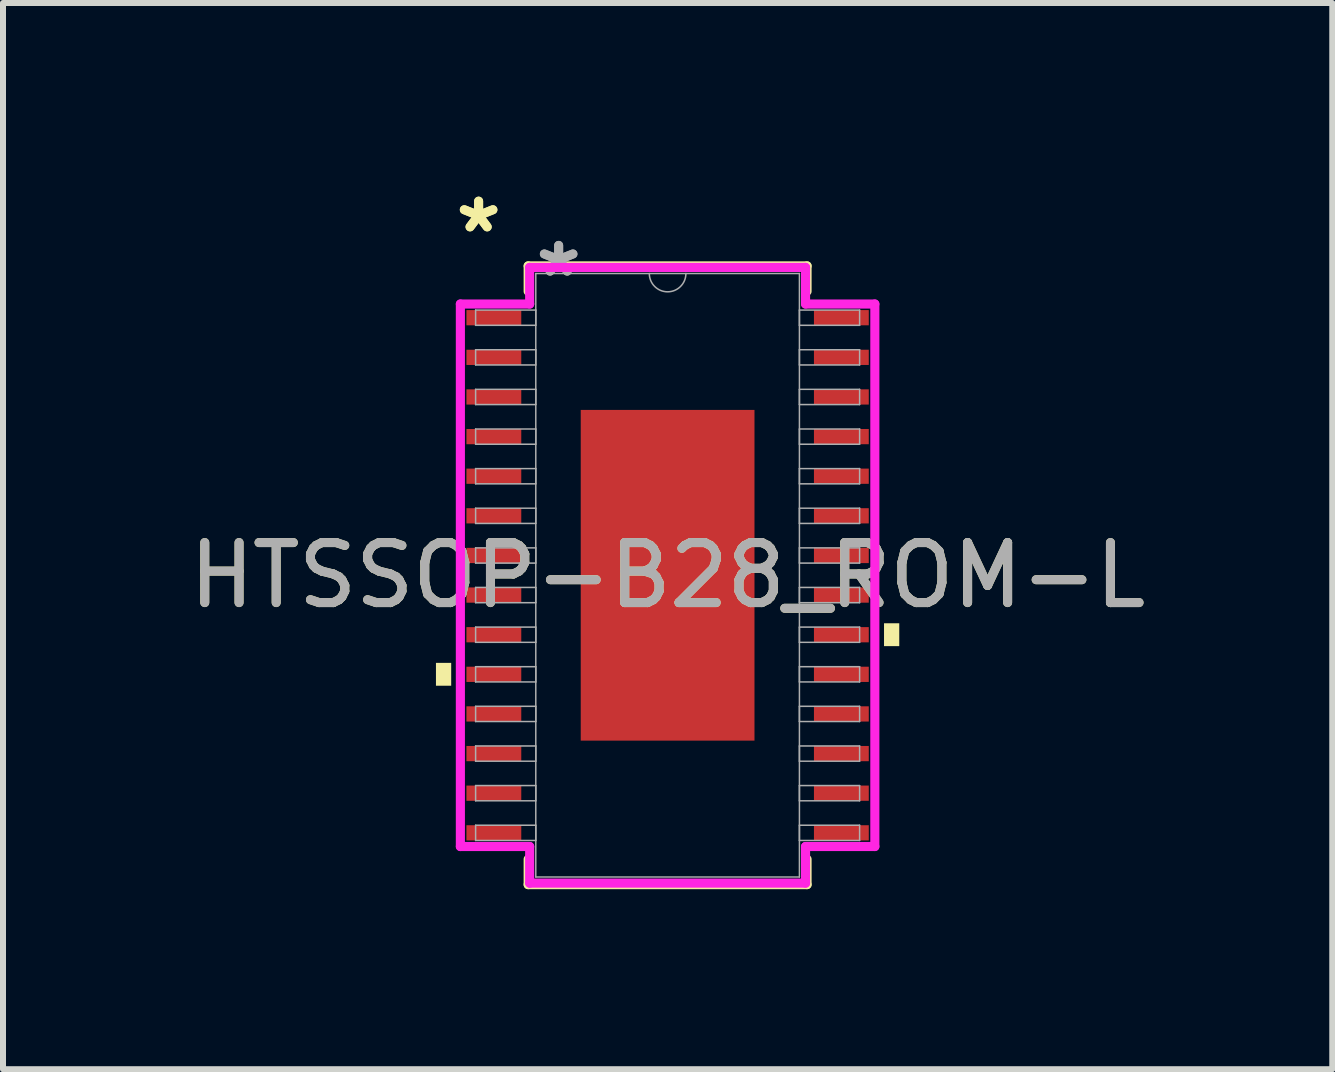
<source format=kicad_pcb>
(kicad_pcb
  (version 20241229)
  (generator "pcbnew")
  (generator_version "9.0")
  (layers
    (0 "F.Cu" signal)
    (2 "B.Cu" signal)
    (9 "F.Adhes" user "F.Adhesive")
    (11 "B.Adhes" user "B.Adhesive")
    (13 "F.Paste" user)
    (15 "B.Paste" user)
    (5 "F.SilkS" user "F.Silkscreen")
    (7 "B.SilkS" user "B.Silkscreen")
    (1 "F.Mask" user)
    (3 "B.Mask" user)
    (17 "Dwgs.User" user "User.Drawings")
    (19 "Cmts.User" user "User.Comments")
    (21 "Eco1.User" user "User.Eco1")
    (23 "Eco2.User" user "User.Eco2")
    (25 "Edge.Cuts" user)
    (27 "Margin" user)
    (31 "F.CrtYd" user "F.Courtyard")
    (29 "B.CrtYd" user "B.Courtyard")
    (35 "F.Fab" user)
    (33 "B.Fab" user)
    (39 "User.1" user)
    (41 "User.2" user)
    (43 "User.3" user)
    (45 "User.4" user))
  (footprint "HTSSOP-B28_ROM-L"
    (layer "F.Cu")
    (at 8.077 6.538)
    (property "Reference" "HTSSOP-B28_ROM-L" (at 0 0 0) (unlocked yes) (layer "F.SilkS") (effects (font (size 1 1) (thickness 0.15))))
    (attr smd)
    (fp_line (start -2.324 -5.156) (end -2.324 -4.732) (stroke (width 0.152) (type solid)) (layer "F.SilkS"))
    (fp_line (start -2.324 4.732) (end -2.324 5.156) (stroke (width 0.152) (type solid)) (layer "F.SilkS"))
    (fp_line (start -2.324 5.156) (end 2.324 5.156) (stroke (width 0.152) (type solid)) (layer "F.SilkS"))
    (fp_line (start 2.324 -5.156) (end -2.324 -5.156) (stroke (width 0.152) (type solid)) (layer "F.SilkS"))
    (fp_line (start 2.324 -4.732) (end 2.324 -5.156) (stroke (width 0.152) (type solid)) (layer "F.SilkS"))
    (fp_line (start 2.324 5.156) (end 2.324 4.732) (stroke (width 0.152) (type solid)) (layer "F.SilkS"))
    (fp_poly (pts (xy -3.861 1.46) (xy -3.861 1.841) (xy -3.607 1.841) (xy -3.607 1.46)) (stroke (width 0) (type solid)) (fill yes) (layer "F.SilkS"))
    (fp_poly (pts (xy 3.861 0.8) (xy 3.861 1.181) (xy 3.607 1.181) (xy 3.607 0.8)) (stroke (width 0) (type solid)) (fill yes) (layer "F.SilkS"))
    (fp_poly (pts (xy -1.348 -2.656) (xy -1.348 -1.478) (xy -0.1 -1.478) (xy -0.1 -2.656)) (stroke (width 0) (type solid)) (fill yes) (layer "F.Paste"))
    (fp_poly (pts (xy -1.348 -1.278) (xy -1.348 -0.1) (xy -0.1 -0.1) (xy -0.1 -1.278)) (stroke (width 0) (type solid)) (fill yes) (layer "F.Paste"))
    (fp_poly (pts (xy -1.348 0.1) (xy -1.348 1.278) (xy -0.1 1.278) (xy -0.1 0.1)) (stroke (width 0) (type solid)) (fill yes) (layer "F.Paste"))
    (fp_poly (pts (xy -1.348 1.478) (xy -1.348 2.656) (xy -0.1 2.656) (xy -0.1 1.478)) (stroke (width 0) (type solid)) (fill yes) (layer "F.Paste"))
    (fp_poly (pts (xy 0.1 -2.656) (xy 0.1 -1.478) (xy 1.348 -1.478) (xy 1.348 -2.656)) (stroke (width 0) (type solid)) (fill yes) (layer "F.Paste"))
    (fp_poly (pts (xy 0.1 -1.278) (xy 0.1 -0.1) (xy 1.348 -0.1) (xy 1.348 -1.278)) (stroke (width 0) (type solid)) (fill yes) (layer "F.Paste"))
    (fp_poly (pts (xy 0.1 0.1) (xy 0.1 1.278) (xy 1.348 1.278) (xy 1.348 0.1)) (stroke (width 0) (type solid)) (fill yes) (layer "F.Paste"))
    (fp_poly (pts (xy 0.1 1.478) (xy 0.1 2.656) (xy 1.348 2.656) (xy 1.348 1.478)) (stroke (width 0) (type solid)) (fill yes) (layer "F.Paste"))
    (fp_line (start -3.454 -4.521) (end -2.299 -4.521) (stroke (width 0.152) (type solid)) (layer "F.CrtYd"))
    (fp_line (start -3.454 4.521) (end -3.454 -4.521) (stroke (width 0.152) (type solid)) (layer "F.CrtYd"))
    (fp_line (start -3.454 4.521) (end -2.299 4.521) (stroke (width 0.152) (type solid)) (layer "F.CrtYd"))
    (fp_line (start -2.299 -5.131) (end 2.299 -5.131) (stroke (width 0.152) (type solid)) (layer "F.CrtYd"))
    (fp_line (start -2.299 -4.521) (end -2.299 -5.131) (stroke (width 0.152) (type solid)) (layer "F.CrtYd"))
    (fp_line (start -2.299 5.131) (end -2.299 4.521) (stroke (width 0.152) (type solid)) (layer "F.CrtYd"))
    (fp_line (start 2.299 -5.131) (end 2.299 -4.521) (stroke (width 0.152) (type solid)) (layer "F.CrtYd"))
    (fp_line (start 2.299 4.521) (end 2.299 5.131) (stroke (width 0.152) (type solid)) (layer "F.CrtYd"))
    (fp_line (start 2.299 5.131) (end -2.299 5.131) (stroke (width 0.152) (type solid)) (layer "F.CrtYd"))
    (fp_line (start 3.454 -4.521) (end 2.299 -4.521) (stroke (width 0.152) (type solid)) (layer "F.CrtYd"))
    (fp_line (start 3.454 -4.521) (end 3.454 4.521) (stroke (width 0.152) (type solid)) (layer "F.CrtYd"))
    (fp_line (start 3.454 4.521) (end 2.299 4.521) (stroke (width 0.152) (type solid)) (layer "F.CrtYd"))
    (fp_line (start -3.2 -4.42) (end -3.2 -4.166) (stroke (width 0.025) (type solid)) (layer "F.Fab"))
    (fp_line (start -3.2 -4.166) (end -2.197 -4.166) (stroke (width 0.025) (type solid)) (layer "F.Fab"))
    (fp_line (start -3.2 -3.759) (end -3.2 -3.505) (stroke (width 0.025) (type solid)) (layer "F.Fab"))
    (fp_line (start -3.2 -3.505) (end -2.197 -3.505) (stroke (width 0.025) (type solid)) (layer "F.Fab"))
    (fp_line (start -3.2 -3.099) (end -3.2 -2.845) (stroke (width 0.025) (type solid)) (layer "F.Fab"))
    (fp_line (start -3.2 -2.845) (end -2.197 -2.845) (stroke (width 0.025) (type solid)) (layer "F.Fab"))
    (fp_line (start -3.2 -2.438) (end -3.2 -2.184) (stroke (width 0.025) (type solid)) (layer "F.Fab"))
    (fp_line (start -3.2 -2.184) (end -2.197 -2.184) (stroke (width 0.025) (type solid)) (layer "F.Fab"))
    (fp_line (start -3.2 -1.778) (end -3.2 -1.524) (stroke (width 0.025) (type solid)) (layer "F.Fab"))
    (fp_line (start -3.2 -1.524) (end -2.197 -1.524) (stroke (width 0.025) (type solid)) (layer "F.Fab"))
    (fp_line (start -3.2 -1.118) (end -3.2 -0.864) (stroke (width 0.025) (type solid)) (layer "F.Fab"))
    (fp_line (start -3.2 -0.864) (end -2.197 -0.864) (stroke (width 0.025) (type solid)) (layer "F.Fab"))
    (fp_line (start -3.2 -0.457) (end -3.2 -0.203) (stroke (width 0.025) (type solid)) (layer "F.Fab"))
    (fp_line (start -3.2 -0.203) (end -2.197 -0.203) (stroke (width 0.025) (type solid)) (layer "F.Fab"))
    (fp_line (start -3.2 0.203) (end -3.2 0.457) (stroke (width 0.025) (type solid)) (layer "F.Fab"))
    (fp_line (start -3.2 0.457) (end -2.197 0.457) (stroke (width 0.025) (type solid)) (layer "F.Fab"))
    (fp_line (start -3.2 0.864) (end -3.2 1.118) (stroke (width 0.025) (type solid)) (layer "F.Fab"))
    (fp_line (start -3.2 1.118) (end -2.197 1.118) (stroke (width 0.025) (type solid)) (layer "F.Fab"))
    (fp_line (start -3.2 1.524) (end -3.2 1.778) (stroke (width 0.025) (type solid)) (layer "F.Fab"))
    (fp_line (start -3.2 1.778) (end -2.197 1.778) (stroke (width 0.025) (type solid)) (layer "F.Fab"))
    (fp_line (start -3.2 2.184) (end -3.2 2.438) (stroke (width 0.025) (type solid)) (layer "F.Fab"))
    (fp_line (start -3.2 2.438) (end -2.197 2.438) (stroke (width 0.025) (type solid)) (layer "F.Fab"))
    (fp_line (start -3.2 2.845) (end -3.2 3.099) (stroke (width 0.025) (type solid)) (layer "F.Fab"))
    (fp_line (start -3.2 3.099) (end -2.197 3.099) (stroke (width 0.025) (type solid)) (layer "F.Fab"))
    (fp_line (start -3.2 3.505) (end -3.2 3.759) (stroke (width 0.025) (type solid)) (layer "F.Fab"))
    (fp_line (start -3.2 3.759) (end -2.197 3.759) (stroke (width 0.025) (type solid)) (layer "F.Fab"))
    (fp_line (start -3.2 4.166) (end -3.2 4.42) (stroke (width 0.025) (type solid)) (layer "F.Fab"))
    (fp_line (start -3.2 4.42) (end -2.197 4.42) (stroke (width 0.025) (type solid)) (layer "F.Fab"))
    (fp_line (start -2.197 -5.029) (end -2.197 5.029) (stroke (width 0.025) (type solid)) (layer "F.Fab"))
    (fp_line (start -2.197 -4.42) (end -3.2 -4.42) (stroke (width 0.025) (type solid)) (layer "F.Fab"))
    (fp_line (start -2.197 -4.166) (end -2.197 -4.42) (stroke (width 0.025) (type solid)) (layer "F.Fab"))
    (fp_line (start -2.197 -3.759) (end -3.2 -3.759) (stroke (width 0.025) (type solid)) (layer "F.Fab"))
    (fp_line (start -2.197 -3.505) (end -2.197 -3.759) (stroke (width 0.025) (type solid)) (layer "F.Fab"))
    (fp_line (start -2.197 -3.099) (end -3.2 -3.099) (stroke (width 0.025) (type solid)) (layer "F.Fab"))
    (fp_line (start -2.197 -2.845) (end -2.197 -3.099) (stroke (width 0.025) (type solid)) (layer "F.Fab"))
    (fp_line (start -2.197 -2.438) (end -3.2 -2.438) (stroke (width 0.025) (type solid)) (layer "F.Fab"))
    (fp_line (start -2.197 -2.184) (end -2.197 -2.438) (stroke (width 0.025) (type solid)) (layer "F.Fab"))
    (fp_line (start -2.197 -1.778) (end -3.2 -1.778) (stroke (width 0.025) (type solid)) (layer "F.Fab"))
    (fp_line (start -2.197 -1.524) (end -2.197 -1.778) (stroke (width 0.025) (type solid)) (layer "F.Fab"))
    (fp_line (start -2.197 -1.118) (end -3.2 -1.118) (stroke (width 0.025) (type solid)) (layer "F.Fab"))
    (fp_line (start -2.197 -0.864) (end -2.197 -1.118) (stroke (width 0.025) (type solid)) (layer "F.Fab"))
    (fp_line (start -2.197 -0.457) (end -3.2 -0.457) (stroke (width 0.025) (type solid)) (layer "F.Fab"))
    (fp_line (start -2.197 -0.203) (end -2.197 -0.457) (stroke (width 0.025) (type solid)) (layer "F.Fab"))
    (fp_line (start -2.197 0.203) (end -3.2 0.203) (stroke (width 0.025) (type solid)) (layer "F.Fab"))
    (fp_line (start -2.197 0.457) (end -2.197 0.203) (stroke (width 0.025) (type solid)) (layer "F.Fab"))
    (fp_line (start -2.197 0.864) (end -3.2 0.864) (stroke (width 0.025) (type solid)) (layer "F.Fab"))
    (fp_line (start -2.197 1.118) (end -2.197 0.864) (stroke (width 0.025) (type solid)) (layer "F.Fab"))
    (fp_line (start -2.197 1.524) (end -3.2 1.524) (stroke (width 0.025) (type solid)) (layer "F.Fab"))
    (fp_line (start -2.197 1.778) (end -2.197 1.524) (stroke (width 0.025) (type solid)) (layer "F.Fab"))
    (fp_line (start -2.197 2.184) (end -3.2 2.184) (stroke (width 0.025) (type solid)) (layer "F.Fab"))
    (fp_line (start -2.197 2.438) (end -2.197 2.184) (stroke (width 0.025) (type solid)) (layer "F.Fab"))
    (fp_line (start -2.197 2.845) (end -3.2 2.845) (stroke (width 0.025) (type solid)) (layer "F.Fab"))
    (fp_line (start -2.197 3.099) (end -2.197 2.845) (stroke (width 0.025) (type solid)) (layer "F.Fab"))
    (fp_line (start -2.197 3.505) (end -3.2 3.505) (stroke (width 0.025) (type solid)) (layer "F.Fab"))
    (fp_line (start -2.197 3.759) (end -2.197 3.505) (stroke (width 0.025) (type solid)) (layer "F.Fab"))
    (fp_line (start -2.197 4.166) (end -3.2 4.166) (stroke (width 0.025) (type solid)) (layer "F.Fab"))
    (fp_line (start -2.197 4.42) (end -2.197 4.166) (stroke (width 0.025) (type solid)) (layer "F.Fab"))
    (fp_line (start -2.197 5.029) (end 2.197 5.029) (stroke (width 0.025) (type solid)) (layer "F.Fab"))
    (fp_line (start 2.197 -5.029) (end -2.197 -5.029) (stroke (width 0.025) (type solid)) (layer "F.Fab"))
    (fp_line (start 2.197 -4.42) (end 2.197 -4.166) (stroke (width 0.025) (type solid)) (layer "F.Fab"))
    (fp_line (start 2.197 -4.166) (end 3.2 -4.166) (stroke (width 0.025) (type solid)) (layer "F.Fab"))
    (fp_line (start 2.197 -3.759) (end 2.197 -3.505) (stroke (width 0.025) (type solid)) (layer "F.Fab"))
    (fp_line (start 2.197 -3.505) (end 3.2 -3.505) (stroke (width 0.025) (type solid)) (layer "F.Fab"))
    (fp_line (start 2.197 -3.099) (end 2.197 -2.845) (stroke (width 0.025) (type solid)) (layer "F.Fab"))
    (fp_line (start 2.197 -2.845) (end 3.2 -2.845) (stroke (width 0.025) (type solid)) (layer "F.Fab"))
    (fp_line (start 2.197 -2.438) (end 2.197 -2.184) (stroke (width 0.025) (type solid)) (layer "F.Fab"))
    (fp_line (start 2.197 -2.184) (end 3.2 -2.184) (stroke (width 0.025) (type solid)) (layer "F.Fab"))
    (fp_line (start 2.197 -1.778) (end 2.197 -1.524) (stroke (width 0.025) (type solid)) (layer "F.Fab"))
    (fp_line (start 2.197 -1.524) (end 3.2 -1.524) (stroke (width 0.025) (type solid)) (layer "F.Fab"))
    (fp_line (start 2.197 -1.118) (end 2.197 -0.864) (stroke (width 0.025) (type solid)) (layer "F.Fab"))
    (fp_line (start 2.197 -0.864) (end 3.2 -0.864) (stroke (width 0.025) (type solid)) (layer "F.Fab"))
    (fp_line (start 2.197 -0.457) (end 2.197 -0.203) (stroke (width 0.025) (type solid)) (layer "F.Fab"))
    (fp_line (start 2.197 -0.203) (end 3.2 -0.203) (stroke (width 0.025) (type solid)) (layer "F.Fab"))
    (fp_line (start 2.197 0.203) (end 2.197 0.457) (stroke (width 0.025) (type solid)) (layer "F.Fab"))
    (fp_line (start 2.197 0.457) (end 3.2 0.457) (stroke (width 0.025) (type solid)) (layer "F.Fab"))
    (fp_line (start 2.197 0.864) (end 2.197 1.118) (stroke (width 0.025) (type solid)) (layer "F.Fab"))
    (fp_line (start 2.197 1.118) (end 3.2 1.118) (stroke (width 0.025) (type solid)) (layer "F.Fab"))
    (fp_line (start 2.197 1.524) (end 2.197 1.778) (stroke (width 0.025) (type solid)) (layer "F.Fab"))
    (fp_line (start 2.197 1.778) (end 3.2 1.778) (stroke (width 0.025) (type solid)) (layer "F.Fab"))
    (fp_line (start 2.197 2.184) (end 2.197 2.438) (stroke (width 0.025) (type solid)) (layer "F.Fab"))
    (fp_line (start 2.197 2.438) (end 3.2 2.438) (stroke (width 0.025) (type solid)) (layer "F.Fab"))
    (fp_line (start 2.197 2.845) (end 2.197 3.099) (stroke (width 0.025) (type solid)) (layer "F.Fab"))
    (fp_line (start 2.197 3.099) (end 3.2 3.099) (stroke (width 0.025) (type solid)) (layer "F.Fab"))
    (fp_line (start 2.197 3.505) (end 2.197 3.759) (stroke (width 0.025) (type solid)) (layer "F.Fab"))
    (fp_line (start 2.197 3.759) (end 3.2 3.759) (stroke (width 0.025) (type solid)) (layer "F.Fab"))
    (fp_line (start 2.197 4.166) (end 2.197 4.42) (stroke (width 0.025) (type solid)) (layer "F.Fab"))
    (fp_line (start 2.197 4.42) (end 3.2 4.42) (stroke (width 0.025) (type solid)) (layer "F.Fab"))
    (fp_line (start 2.197 5.029) (end 2.197 -5.029) (stroke (width 0.025) (type solid)) (layer "F.Fab"))
    (fp_line (start 3.2 -4.42) (end 2.197 -4.42) (stroke (width 0.025) (type solid)) (layer "F.Fab"))
    (fp_line (start 3.2 -4.166) (end 3.2 -4.42) (stroke (width 0.025) (type solid)) (layer "F.Fab"))
    (fp_line (start 3.2 -3.759) (end 2.197 -3.759) (stroke (width 0.025) (type solid)) (layer "F.Fab"))
    (fp_line (start 3.2 -3.505) (end 3.2 -3.759) (stroke (width 0.025) (type solid)) (layer "F.Fab"))
    (fp_line (start 3.2 -3.099) (end 2.197 -3.099) (stroke (width 0.025) (type solid)) (layer "F.Fab"))
    (fp_line (start 3.2 -2.845) (end 3.2 -3.099) (stroke (width 0.025) (type solid)) (layer "F.Fab"))
    (fp_line (start 3.2 -2.438) (end 2.197 -2.438) (stroke (width 0.025) (type solid)) (layer "F.Fab"))
    (fp_line (start 3.2 -2.184) (end 3.2 -2.438) (stroke (width 0.025) (type solid)) (layer "F.Fab"))
    (fp_line (start 3.2 -1.778) (end 2.197 -1.778) (stroke (width 0.025) (type solid)) (layer "F.Fab"))
    (fp_line (start 3.2 -1.524) (end 3.2 -1.778) (stroke (width 0.025) (type solid)) (layer "F.Fab"))
    (fp_line (start 3.2 -1.118) (end 2.197 -1.118) (stroke (width 0.025) (type solid)) (layer "F.Fab"))
    (fp_line (start 3.2 -0.864) (end 3.2 -1.118) (stroke (width 0.025) (type solid)) (layer "F.Fab"))
    (fp_line (start 3.2 -0.457) (end 2.197 -0.457) (stroke (width 0.025) (type solid)) (layer "F.Fab"))
    (fp_line (start 3.2 -0.203) (end 3.2 -0.457) (stroke (width 0.025) (type solid)) (layer "F.Fab"))
    (fp_line (start 3.2 0.203) (end 2.197 0.203) (stroke (width 0.025) (type solid)) (layer "F.Fab"))
    (fp_line (start 3.2 0.457) (end 3.2 0.203) (stroke (width 0.025) (type solid)) (layer "F.Fab"))
    (fp_line (start 3.2 0.864) (end 2.197 0.864) (stroke (width 0.025) (type solid)) (layer "F.Fab"))
    (fp_line (start 3.2 1.118) (end 3.2 0.864) (stroke (width 0.025) (type solid)) (layer "F.Fab"))
    (fp_line (start 3.2 1.524) (end 2.197 1.524) (stroke (width 0.025) (type solid)) (layer "F.Fab"))
    (fp_line (start 3.2 1.778) (end 3.2 1.524) (stroke (width 0.025) (type solid)) (layer "F.Fab"))
    (fp_line (start 3.2 2.184) (end 2.197 2.184) (stroke (width 0.025) (type solid)) (layer "F.Fab"))
    (fp_line (start 3.2 2.438) (end 3.2 2.184) (stroke (width 0.025) (type solid)) (layer "F.Fab"))
    (fp_line (start 3.2 2.845) (end 2.197 2.845) (stroke (width 0.025) (type solid)) (layer "F.Fab"))
    (fp_line (start 3.2 3.099) (end 3.2 2.845) (stroke (width 0.025) (type solid)) (layer "F.Fab"))
    (fp_line (start 3.2 3.505) (end 2.197 3.505) (stroke (width 0.025) (type solid)) (layer "F.Fab"))
    (fp_line (start 3.2 3.759) (end 3.2 3.505) (stroke (width 0.025) (type solid)) (layer "F.Fab"))
    (fp_line (start 3.2 4.166) (end 2.197 4.166) (stroke (width 0.025) (type solid)) (layer "F.Fab"))
    (fp_line (start 3.2 4.42) (end 3.2 4.166) (stroke (width 0.025) (type solid)) (layer "F.Fab"))
    (fp_arc (start 0.3048 -5.0292) (mid 0 -4.7244) (end -0.3048 -5.0292) (stroke (width 0.0254) (type solid)) (layer "F.Fab"))
    (fp_text user "*" (at -3.15 -5.69 0) (layer "F.SilkS") (effects (font (size 1 1) (thickness 0.15))))
    (fp_text user "*" (at -3.15 -5.69 0) (unlocked yes) (layer "F.SilkS") (effects (font (size 1 1) (thickness 0.15))))
    (fp_text user "*" (at -1.816 -4.953 0) (layer "F.Fab") (effects (font (size 1 1) (thickness 0.15))))
    (fp_text user "*" (at -1.816 -4.953 0) (unlocked yes) (layer "F.Fab") (effects (font (size 1 1) (thickness 0.15))))
    (fp_text user "${REFERENCE}" (at 0 0 0) (unlocked yes) (layer "F.Fab") (effects (font (size 1 1) (thickness 0.15))))
    (pad "1" smd rect (at -2.896 -4.293) (size 0.914 0.254) (layers "F.Cu" "F.Mask" "F.Paste"))
    (pad "2" smd rect (at -2.896 -3.632) (size 0.914 0.254) (layers "F.Cu" "F.Mask" "F.Paste"))
    (pad "3" smd rect (at -2.896 -2.972) (size 0.914 0.254) (layers "F.Cu" "F.Mask" "F.Paste"))
    (pad "4" smd rect (at -2.896 -2.311) (size 0.914 0.254) (layers "F.Cu" "F.Mask" "F.Paste"))
    (pad "5" smd rect (at -2.896 -1.651) (size 0.914 0.254) (layers "F.Cu" "F.Mask" "F.Paste"))
    (pad "6" smd rect (at -2.896 -0.991) (size 0.914 0.254) (layers "F.Cu" "F.Mask" "F.Paste"))
    (pad "7" smd rect (at -2.896 -0.33) (size 0.914 0.254) (layers "F.Cu" "F.Mask" "F.Paste"))
    (pad "8" smd rect (at -2.896 0.33) (size 0.914 0.254) (layers "F.Cu" "F.Mask" "F.Paste"))
    (pad "9" smd rect (at -2.896 0.991) (size 0.914 0.254) (layers "F.Cu" "F.Mask" "F.Paste"))
    (pad "10" smd rect (at -2.896 1.651) (size 0.914 0.254) (layers "F.Cu" "F.Mask" "F.Paste"))
    (pad "11" smd rect (at -2.896 2.311) (size 0.914 0.254) (layers "F.Cu" "F.Mask" "F.Paste"))
    (pad "12" smd rect (at -2.896 2.972) (size 0.914 0.254) (layers "F.Cu" "F.Mask" "F.Paste"))
    (pad "13" smd rect (at -2.896 3.632) (size 0.914 0.254) (layers "F.Cu" "F.Mask" "F.Paste"))
    (pad "14" smd rect (at -2.896 4.293) (size 0.914 0.254) (layers "F.Cu" "F.Mask" "F.Paste"))
    (pad "15" smd rect (at 2.896 4.293) (size 0.914 0.254) (layers "F.Cu" "F.Mask" "F.Paste"))
    (pad "16" smd rect (at 2.896 3.632) (size 0.914 0.254) (layers "F.Cu" "F.Mask" "F.Paste"))
    (pad "17" smd rect (at 2.896 2.972) (size 0.914 0.254) (layers "F.Cu" "F.Mask" "F.Paste"))
    (pad "18" smd rect (at 2.896 2.311) (size 0.914 0.254) (layers "F.Cu" "F.Mask" "F.Paste"))
    (pad "19" smd rect (at 2.896 1.651) (size 0.914 0.254) (layers "F.Cu" "F.Mask" "F.Paste"))
    (pad "20" smd rect (at 2.896 0.991) (size 0.914 0.254) (layers "F.Cu" "F.Mask" "F.Paste"))
    (pad "21" smd rect (at 2.896 0.33) (size 0.914 0.254) (layers "F.Cu" "F.Mask" "F.Paste"))
    (pad "22" smd rect (at 2.896 -0.33) (size 0.914 0.254) (layers "F.Cu" "F.Mask" "F.Paste"))
    (pad "23" smd rect (at 2.896 -0.991) (size 0.914 0.254) (layers "F.Cu" "F.Mask" "F.Paste"))
    (pad "24" smd rect (at 2.896 -1.651) (size 0.914 0.254) (layers "F.Cu" "F.Mask" "F.Paste"))
    (pad "25" smd rect (at 2.896 -2.311) (size 0.914 0.254) (layers "F.Cu" "F.Mask" "F.Paste"))
    (pad "26" smd rect (at 2.896 -2.972) (size 0.914 0.254) (layers "F.Cu" "F.Mask" "F.Paste"))
    (pad "27" smd rect (at 2.896 -3.632) (size 0.914 0.254) (layers "F.Cu" "F.Mask" "F.Paste"))
    (pad "28" smd rect (at 2.896 -4.293) (size 0.914 0.254) (layers "F.Cu" "F.Mask" "F.Paste"))
    (pad "EPAD" smd rect (at 0 0) (size 2.896 5.512) (layers "F.Cu" "F.Mask")))
  (gr_rect
    (start -3 -3)
    (end 19.155 14.77)
    (stroke (width 0.1) (type default))
    (fill no)
    (layer "Edge.Cuts")))
</source>
